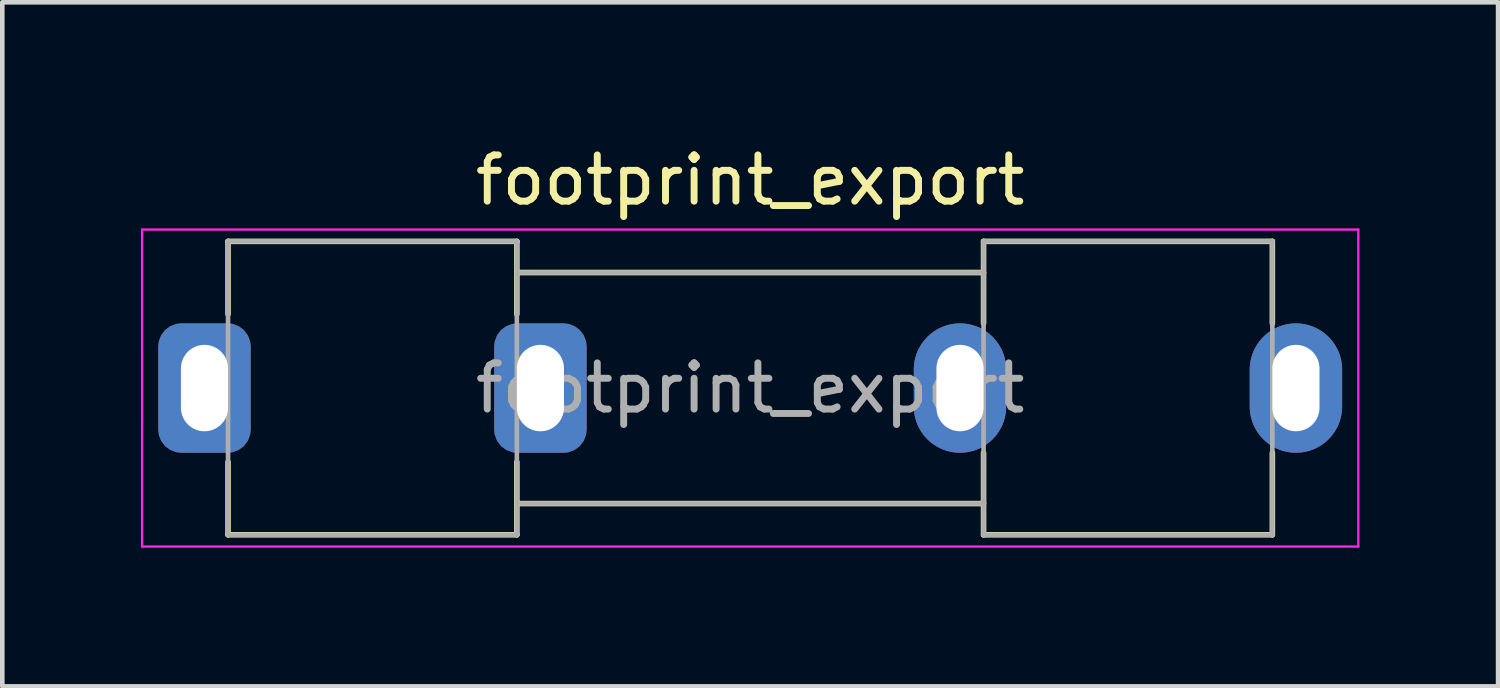
<source format=kicad_pcb>
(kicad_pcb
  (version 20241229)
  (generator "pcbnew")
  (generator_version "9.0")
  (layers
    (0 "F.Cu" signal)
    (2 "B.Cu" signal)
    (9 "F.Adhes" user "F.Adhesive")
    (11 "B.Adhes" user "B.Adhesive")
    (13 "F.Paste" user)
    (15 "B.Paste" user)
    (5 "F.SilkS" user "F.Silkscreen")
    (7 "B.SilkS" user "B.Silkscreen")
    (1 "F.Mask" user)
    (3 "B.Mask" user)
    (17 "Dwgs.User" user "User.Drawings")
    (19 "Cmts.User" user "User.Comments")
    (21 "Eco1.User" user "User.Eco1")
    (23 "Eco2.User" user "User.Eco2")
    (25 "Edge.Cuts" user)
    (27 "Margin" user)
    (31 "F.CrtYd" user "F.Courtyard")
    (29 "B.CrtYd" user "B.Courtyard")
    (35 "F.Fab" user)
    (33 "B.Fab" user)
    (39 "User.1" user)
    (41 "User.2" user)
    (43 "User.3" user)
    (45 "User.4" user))
  (footprint "footprint_export"
    (layer "F.Cu")
    (at 1.375 5.348)
    (property "Reference" "footprint_export" (at 11.81 -4.5 0) (layer "F.SilkS") (effects (font (size 1 1) (thickness 0.15))))
    (attr through_hole)
    (fp_line (start 0.51 -3.175) (end 0.51 -1.6) (stroke (width 0.12) (type solid)) (layer "F.SilkS"))
    (fp_line (start 0.51 3.175) (end 0.51 1.6) (stroke (width 0.12) (type solid)) (layer "F.SilkS"))
    (fp_line (start 6.76 -3.175) (end 0.51 -3.175) (stroke (width 0.12) (type solid)) (layer "F.SilkS"))
    (fp_line (start 6.76 -3.175) (end 6.76 -1.6) (stroke (width 0.12) (type solid)) (layer "F.SilkS"))
    (fp_line (start 6.76 3.175) (end 0.51 3.175) (stroke (width 0.12) (type solid)) (layer "F.SilkS"))
    (fp_line (start 6.76 3.175) (end 6.76 1.6) (stroke (width 0.12) (type solid)) (layer "F.SilkS"))
    (fp_line (start 16.86 -3.175) (end 16.86 -1.4) (stroke (width 0.12) (type solid)) (layer "F.SilkS"))
    (fp_line (start 16.86 -2.5) (end 6.76 -2.5) (stroke (width 0.12) (type solid)) (layer "F.SilkS"))
    (fp_line (start 16.86 2.5) (end 6.76 2.5) (stroke (width 0.12) (type solid)) (layer "F.SilkS"))
    (fp_line (start 16.86 3.175) (end 16.86 1.4) (stroke (width 0.12) (type solid)) (layer "F.SilkS"))
    (fp_line (start 16.86 3.175) (end 23.11 3.175) (stroke (width 0.12) (type solid)) (layer "F.SilkS"))
    (fp_line (start 23.11 -3.175) (end 16.86 -3.175) (stroke (width 0.12) (type solid)) (layer "F.SilkS"))
    (fp_line (start 23.11 -1.4) (end 23.11 -3.175) (stroke (width 0.12) (type solid)) (layer "F.SilkS"))
    (fp_line (start 23.11 1.4) (end 23.11 3.175) (stroke (width 0.12) (type solid)) (layer "F.SilkS"))
    (fp_line (start -1.35 -3.43) (end -1.35 3.43) (stroke (width 0.05) (type solid)) (layer "F.CrtYd"))
    (fp_line (start -1.35 -3.43) (end 24.97 -3.43) (stroke (width 0.05) (type solid)) (layer "F.CrtYd"))
    (fp_line (start 24.97 3.43) (end -1.35 3.43) (stroke (width 0.05) (type solid)) (layer "F.CrtYd"))
    (fp_line (start 24.97 3.43) (end 24.97 -3.43) (stroke (width 0.05) (type solid)) (layer "F.CrtYd"))
    (fp_line (start 0.51 -3.175) (end 6.76 -3.175) (stroke (width 0.1) (type solid)) (layer "F.Fab"))
    (fp_line (start 0.51 3.175) (end 0.51 -3.175) (stroke (width 0.1) (type solid)) (layer "F.Fab"))
    (fp_line (start 6.76 -3.175) (end 6.76 3.175) (stroke (width 0.1) (type solid)) (layer "F.Fab"))
    (fp_line (start 6.76 -2.5) (end 16.86 -2.5) (stroke (width 0.1) (type solid)) (layer "F.Fab"))
    (fp_line (start 6.76 3.175) (end 0.51 3.175) (stroke (width 0.1) (type solid)) (layer "F.Fab"))
    (fp_line (start 16.86 -3.175) (end 16.86 3.175) (stroke (width 0.1) (type solid)) (layer "F.Fab"))
    (fp_line (start 16.86 2.5) (end 6.76 2.5) (stroke (width 0.1) (type solid)) (layer "F.Fab"))
    (fp_line (start 16.86 3.175) (end 23.11 3.175) (stroke (width 0.1) (type solid)) (layer "F.Fab"))
    (fp_line (start 23.11 -3.175) (end 16.86 -3.175) (stroke (width 0.1) (type solid)) (layer "F.Fab"))
    (fp_line (start 23.11 3.175) (end 23.11 -3.175) (stroke (width 0.1) (type solid)) (layer "F.Fab"))
    (fp_text user "${REFERENCE}" (at 11.81 0 0) (layer "F.Fab") (effects (font (size 1 1) (thickness 0.15))))
    (pad "1" thru_hole roundrect (at 0 0) (size 2 2.8) (drill oval 1.02 1.87) (layers "*.Cu" "*.Mask") (roundrect_rratio 0.25))
    (pad "1" thru_hole roundrect (at 7.27 0) (size 2 2.8) (drill oval 1.02 1.87) (layers "*.Cu" "*.Mask") (roundrect_rratio 0.25))
    (pad "2" thru_hole oval (at 16.35 0) (size 2 2.8) (drill oval 1.02 1.87) (layers "*.Cu" "*.Mask"))
    (pad "2" thru_hole oval (at 23.62 0) (size 2 2.8) (drill oval 1.02 1.87) (layers "*.Cu" "*.Mask")))
  (gr_rect
    (start -3 -3)
    (end 29.37 11.803)
    (stroke (width 0.1) (type default))
    (fill no)
    (layer "Edge.Cuts")))
</source>
